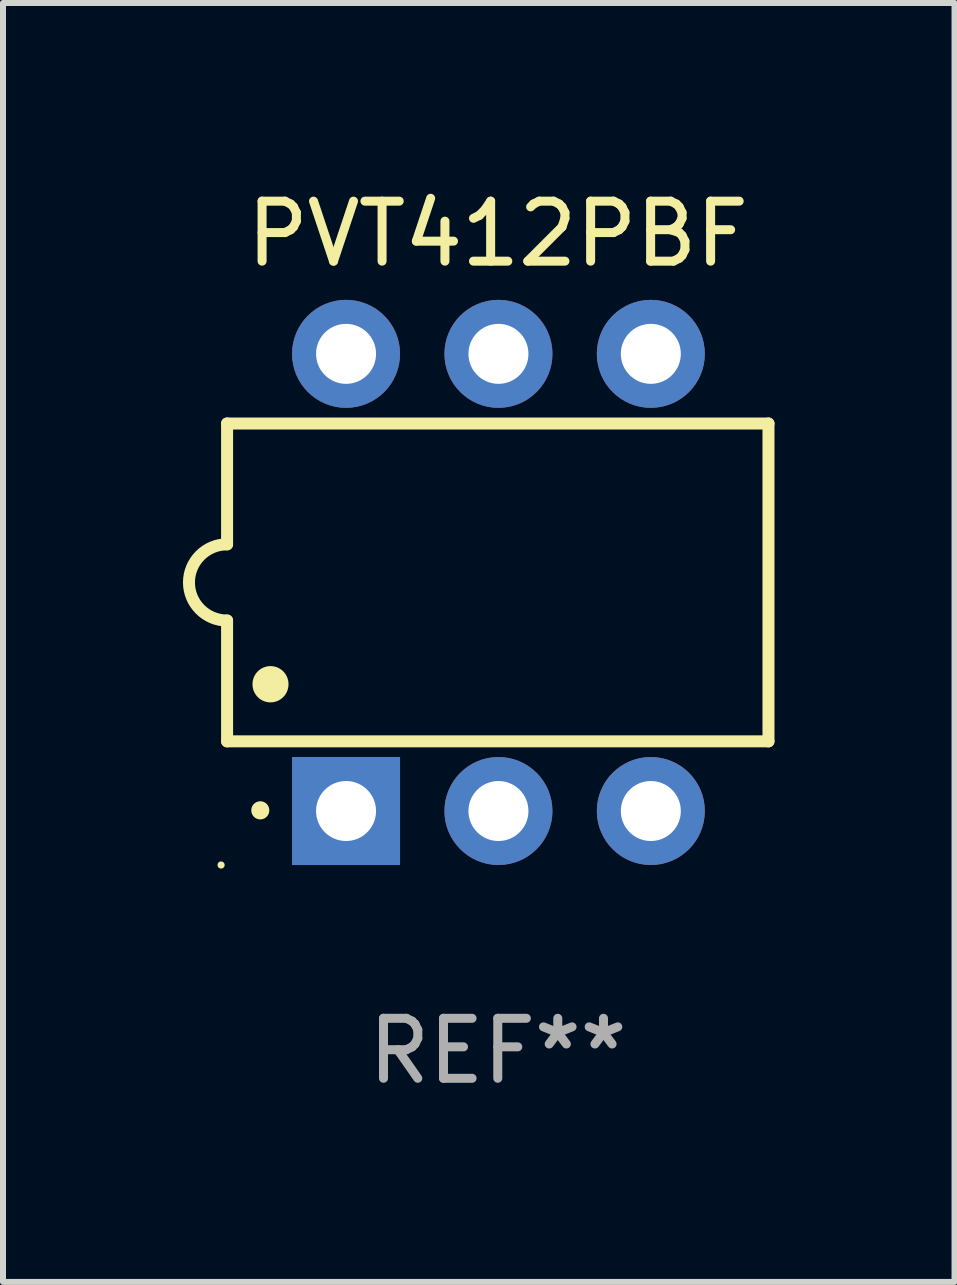
<source format=kicad_pcb>
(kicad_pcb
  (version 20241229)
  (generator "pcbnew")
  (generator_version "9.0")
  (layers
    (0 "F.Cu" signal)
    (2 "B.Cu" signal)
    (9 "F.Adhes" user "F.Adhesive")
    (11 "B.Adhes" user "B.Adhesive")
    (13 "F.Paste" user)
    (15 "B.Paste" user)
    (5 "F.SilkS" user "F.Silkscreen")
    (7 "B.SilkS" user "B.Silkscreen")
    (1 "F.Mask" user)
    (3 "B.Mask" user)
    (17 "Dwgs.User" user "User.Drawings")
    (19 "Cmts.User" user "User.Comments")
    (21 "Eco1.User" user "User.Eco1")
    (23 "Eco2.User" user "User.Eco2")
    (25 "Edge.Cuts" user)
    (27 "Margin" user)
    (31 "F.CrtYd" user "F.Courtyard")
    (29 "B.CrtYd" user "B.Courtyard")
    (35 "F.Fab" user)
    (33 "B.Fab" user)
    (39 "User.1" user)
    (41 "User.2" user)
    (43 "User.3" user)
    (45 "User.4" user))
  (footprint "PVT412PBF"
    (layer "F.Cu")
    (at 5.247 6.658)
    (property "Reference" "PVT412PBF" (at 0 -5.81 0) (layer "F.SilkS") (effects (font (size 1 1) (thickness 0.15))))
    (attr through_hole)
    (fp_line (start -4.512 -2.649) (end 4.512 -2.649) (stroke (width 0.2) (type solid)) (layer "F.SilkS"))
    (fp_line (start -4.512 -0.635) (end -4.512 -2.649) (stroke (width 0.2) (type solid)) (layer "F.SilkS"))
    (fp_line (start -4.512 2.649) (end -4.512 0.635) (stroke (width 0.2) (type solid)) (layer "F.SilkS"))
    (fp_line (start 4.512 -2.649) (end 4.512 2.649) (stroke (width 0.2) (type solid)) (layer "F.SilkS"))
    (fp_line (start 4.512 2.649) (end -4.512 2.649) (stroke (width 0.2) (type solid)) (layer "F.SilkS"))
    (fp_arc (start -4.512319 0.635001) (mid -5.14732 0) (end -4.512319 -0.635001) (stroke (width 0.2) (type solid)) (layer "F.SilkS"))
    (fp_arc (start -3.958598 3.799848) (mid -3.958603 3.798578) (end -3.958598 3.797308) (stroke (width 0.3) (type solid)) (layer "F.SilkS"))
    (fp_arc (start -3.788418 1.699263) (mid -3.788429 1.696723) (end -3.788418 1.694183) (stroke (width 0.6) (type solid)) (layer "F.SilkS"))
    (fp_circle (center -4.612 4.71) (end -4.582 4.71) (stroke (width 0.06) (type solid)) (fill no) (layer "F.SilkS"))
    (fp_text user "REF**" (at 0 7.81 0) (layer "F.Fab") (effects (font (size 1 1) (thickness 0.15))))
    (pad "1" thru_hole rect (at -2.529 3.81 90) (size 1.8 1.8) (drill 1) (layers "*.Cu" "*.Mask"))
    (pad "2" thru_hole circle (at 0.011 3.81) (size 1.8 1.8) (drill 1) (layers "*.Cu" "*.Mask"))
    (pad "3" thru_hole circle (at 2.551 3.81) (size 1.8 1.8) (drill 1) (layers "*.Cu" "*.Mask"))
    (pad "4" thru_hole circle (at 2.551 -3.81) (size 1.8 1.8) (drill 1) (layers "*.Cu" "*.Mask"))
    (pad "5" thru_hole circle (at 0.011 -3.81) (size 1.8 1.8) (drill 1) (layers "*.Cu" "*.Mask"))
    (pad "6" thru_hole circle (at -2.529 -3.81) (size 1.8 1.8) (drill 1) (layers "*.Cu" "*.Mask")))
  (gr_rect
    (start -3 -3)
    (end 12.86 18.317)
    (stroke (width 0.1) (type default))
    (fill no)
    (layer "Edge.Cuts")))
</source>
